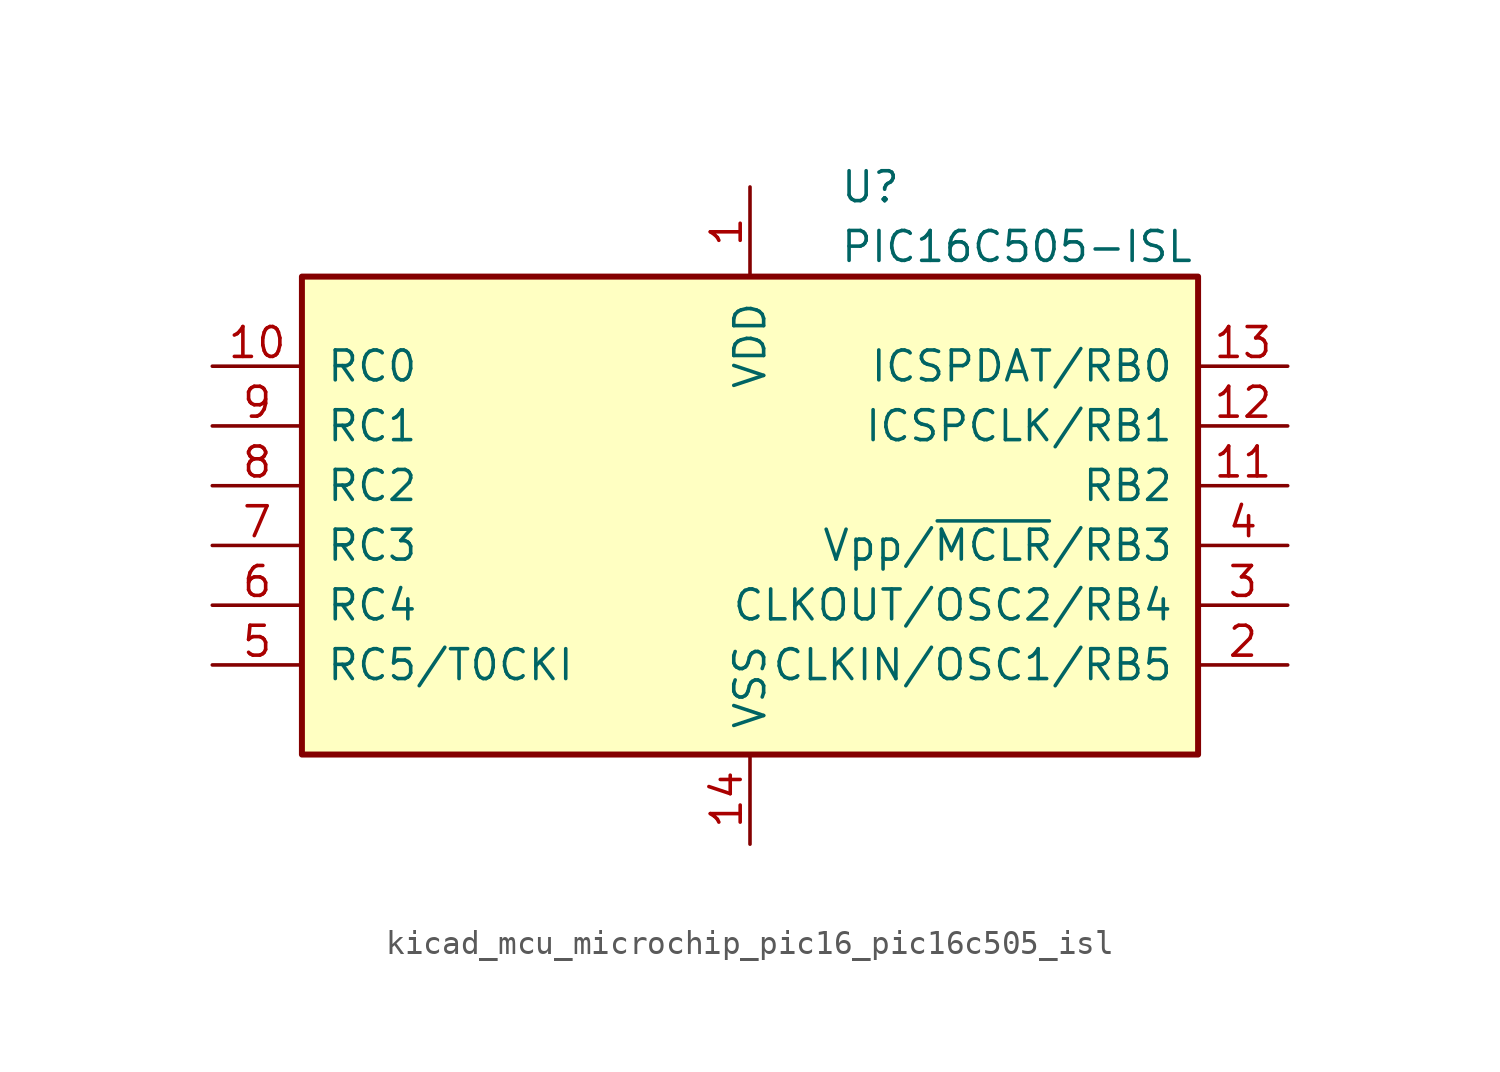
<source format=kicad_sym>
(kicad_symbol_lib
  (version 20220914)
  (generator kicad_symbol_editor)
  (symbol "kicad_mcu_microchip_pic16_pic16c505_isl"
    (pin_names
      (offset 1.016))
    (property "Reference" "U"
      (at 3.81 12.7 0)
      (effects (font (size 1.27 1.27)) (justify left)))
    (property "Value" "PIC16C505-ISL"
      (at 3.81 10.16 0)
      (effects (font (size 1.27 1.27)) (justify left)))
    (symbol "kicad_mcu_microchip_pic16_pic16c505_isl_0_1"
      (rectangle (start -19.05 8.89) (end 19.05 -11.43) (stroke (width 0.254) (type default)) (fill (type background))))
    (symbol "kicad_mcu_microchip_pic16_pic16c505_isl_1_1"
      (pin power_in line (at 0 12.7 270) (length 3.81) (name "VDD" (effects (font (size 1.27 1.27)))) (number "1" (effects (font (size 1.27 1.27)))))
      (pin bidirectional line (at -22.86 5.08 0) (length 3.81) (name "RC0" (effects (font (size 1.27 1.27)))) (number "10" (effects (font (size 1.27 1.27)))))
      (pin bidirectional line (at 22.86 0 180) (length 3.81) (name "RB2" (effects (font (size 1.27 1.27)))) (number "11" (effects (font (size 1.27 1.27)))))
      (pin bidirectional line (at 22.86 2.54 180) (length 3.81) (name "ICSPCLK/RB1" (effects (font (size 1.27 1.27)))) (number "12" (effects (font (size 1.27 1.27)))))
      (pin bidirectional line (at 22.86 5.08 180) (length 3.81) (name "ICSPDAT/RB0" (effects (font (size 1.27 1.27)))) (number "13" (effects (font (size 1.27 1.27)))))
      (pin power_in line (at 0 -15.24 90) (length 3.81) (name "VSS" (effects (font (size 1.27 1.27)))) (number "14" (effects (font (size 1.27 1.27)))))
      (pin bidirectional line (at 22.86 -7.62 180) (length 3.81) (name "CLKIN/OSC1/RB5" (effects (font (size 1.27 1.27)))) (number "2" (effects (font (size 1.27 1.27)))))
      (pin bidirectional line (at 22.86 -5.08 180) (length 3.81) (name "CLKOUT/OSC2/RB4" (effects (font (size 1.27 1.27)))) (number "3" (effects (font (size 1.27 1.27)))))
      (pin input line (at 22.86 -2.54 180) (length 3.81) (name "Vpp/~{MCLR}/RB3" (effects (font (size 1.27 1.27)))) (number "4" (effects (font (size 1.27 1.27)))))
      (pin bidirectional line (at -22.86 -7.62 0) (length 3.81) (name "RC5/T0CKI" (effects (font (size 1.27 1.27)))) (number "5" (effects (font (size 1.27 1.27)))))
      (pin bidirectional line (at -22.86 -5.08 0) (length 3.81) (name "RC4" (effects (font (size 1.27 1.27)))) (number "6" (effects (font (size 1.27 1.27)))))
      (pin bidirectional line (at -22.86 -2.54 0) (length 3.81) (name "RC3" (effects (font (size 1.27 1.27)))) (number "7" (effects (font (size 1.27 1.27)))))
      (pin bidirectional line (at -22.86 0 0) (length 3.81) (name "RC2" (effects (font (size 1.27 1.27)))) (number "8" (effects (font (size 1.27 1.27)))))
      (pin bidirectional line (at -22.86 2.54 0) (length 3.81) (name "RC1" (effects (font (size 1.27 1.27)))) (number "9" (effects (font (size 1.27 1.27))))))))
</source>
